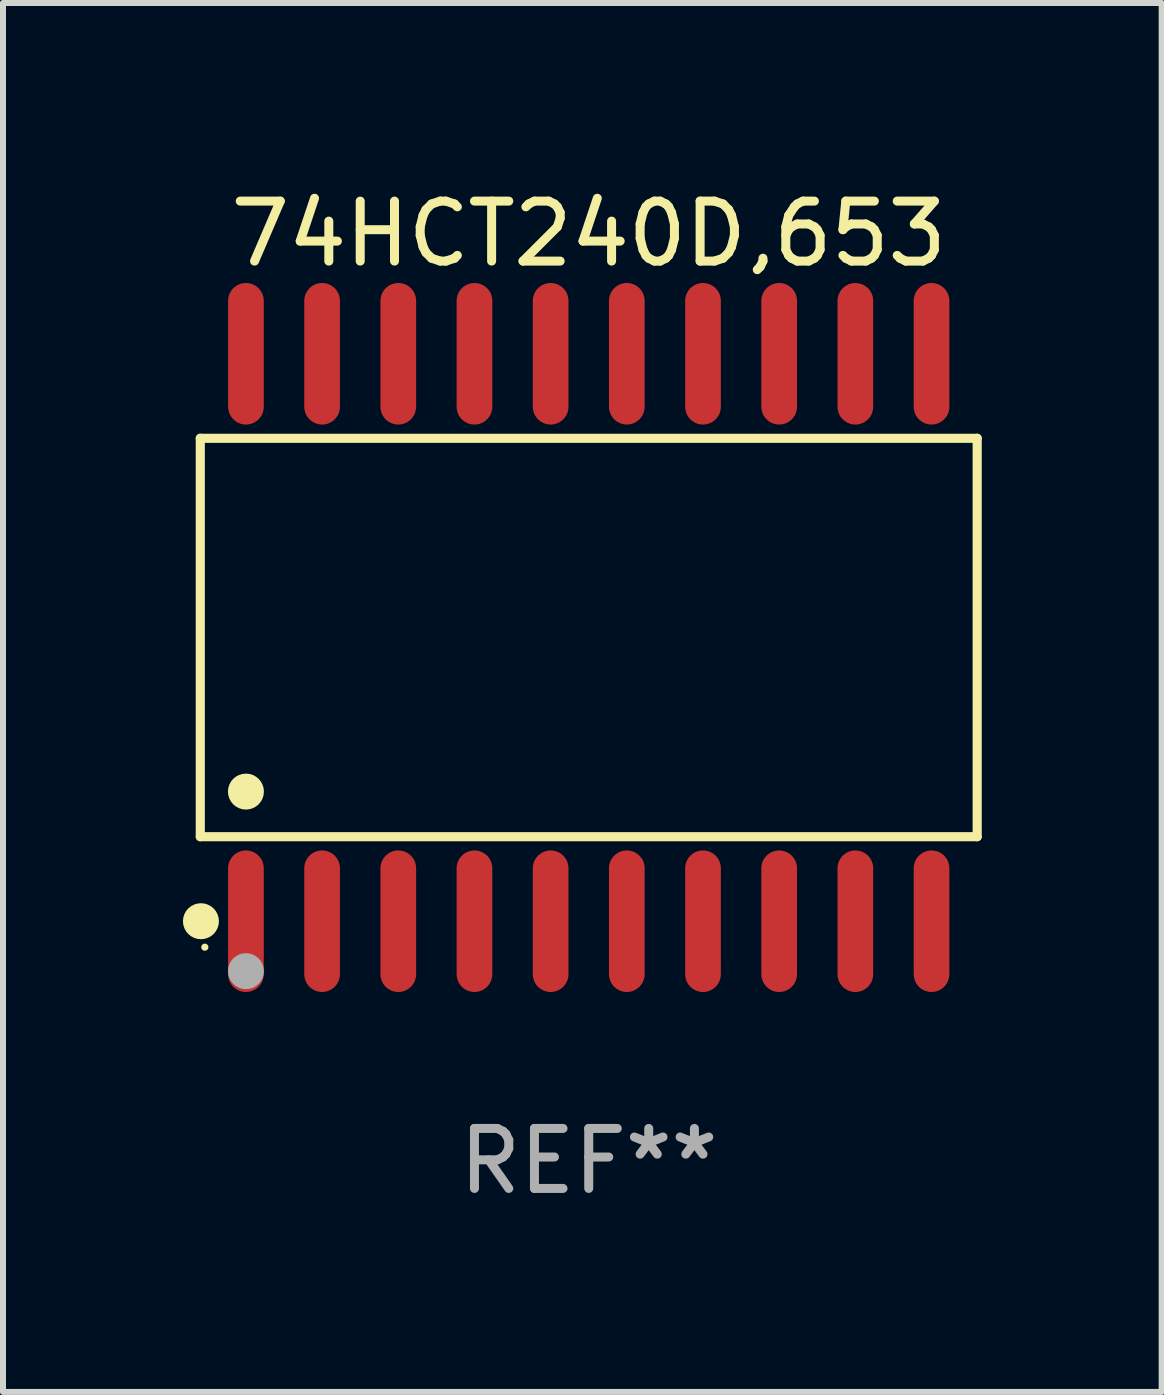
<source format=kicad_pcb>
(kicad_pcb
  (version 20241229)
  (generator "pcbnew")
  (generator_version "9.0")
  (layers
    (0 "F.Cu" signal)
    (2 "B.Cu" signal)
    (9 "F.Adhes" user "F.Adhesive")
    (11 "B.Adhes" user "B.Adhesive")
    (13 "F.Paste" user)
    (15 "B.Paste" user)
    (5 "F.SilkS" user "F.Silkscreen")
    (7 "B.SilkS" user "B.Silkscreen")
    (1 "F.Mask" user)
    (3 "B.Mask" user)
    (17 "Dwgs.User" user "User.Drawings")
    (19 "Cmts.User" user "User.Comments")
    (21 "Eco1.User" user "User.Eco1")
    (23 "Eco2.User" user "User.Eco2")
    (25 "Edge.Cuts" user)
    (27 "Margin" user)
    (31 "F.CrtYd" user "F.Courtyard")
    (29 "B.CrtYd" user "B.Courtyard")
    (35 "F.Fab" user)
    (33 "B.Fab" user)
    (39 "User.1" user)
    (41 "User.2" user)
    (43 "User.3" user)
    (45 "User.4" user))
  (footprint "74HCT240D,653"
    (layer "F.Cu")
    (at 6.765 7.578)
    (property "Reference" "74HCT240D,653" (at 0 -6.73 0) (layer "F.SilkS") (effects (font (size 1 1) (thickness 0.15))))
    (attr through_hole)
    (fp_line (start -6.476 -3.321) (end 6.476 -3.321) (stroke (width 0.152) (type solid)) (layer "F.SilkS"))
    (fp_line (start -6.476 3.321) (end -6.476 -3.321) (stroke (width 0.152) (type solid)) (layer "F.SilkS"))
    (fp_line (start 6.476 -3.321) (end 6.476 3.321) (stroke (width 0.152) (type solid)) (layer "F.SilkS"))
    (fp_line (start 6.476 3.321) (end -6.476 3.321) (stroke (width 0.152) (type solid)) (layer "F.SilkS"))
    (fp_circle (center -6.465 4.73) (end -6.315 4.73) (stroke (width 0.3) (type solid)) (fill no) (layer "F.SilkS"))
    (fp_circle (center -6.4 5.163) (end -6.37 5.163) (stroke (width 0.06) (type solid)) (fill no) (layer "F.SilkS"))
    (fp_circle (center -5.715 2.569) (end -5.565 2.569) (stroke (width 0.3) (type solid)) (fill no) (layer "F.SilkS"))
    (fp_circle (center -5.715 5.563) (end -5.565 5.563) (stroke (width 0.3) (type solid)) (fill no) (layer "F.Fab"))
    (fp_text user "REF**" (at 0 8.73 0) (layer "F.Fab") (effects (font (size 1 1) (thickness 0.15))))
    (pad "1" smd oval (at -5.715 4.73) (size 0.595 2.36) (layers "F.Cu" "F.Mask" "F.Paste"))
    (pad "2" smd oval (at -4.445 4.73) (size 0.595 2.36) (layers "F.Cu" "F.Mask" "F.Paste"))
    (pad "3" smd oval (at -3.175 4.73) (size 0.595 2.36) (layers "F.Cu" "F.Mask" "F.Paste"))
    (pad "4" smd oval (at -1.905 4.73) (size 0.595 2.36) (layers "F.Cu" "F.Mask" "F.Paste"))
    (pad "5" smd oval (at -0.635 4.73) (size 0.595 2.36) (layers "F.Cu" "F.Mask" "F.Paste"))
    (pad "6" smd oval (at 0.635 4.73) (size 0.595 2.36) (layers "F.Cu" "F.Mask" "F.Paste"))
    (pad "7" smd oval (at 1.905 4.73) (size 0.595 2.36) (layers "F.Cu" "F.Mask" "F.Paste"))
    (pad "8" smd oval (at 3.175 4.73) (size 0.595 2.36) (layers "F.Cu" "F.Mask" "F.Paste"))
    (pad "9" smd oval (at 4.445 4.73) (size 0.595 2.36) (layers "F.Cu" "F.Mask" "F.Paste"))
    (pad "10" smd oval (at 5.715 4.73) (size 0.595 2.36) (layers "F.Cu" "F.Mask" "F.Paste"))
    (pad "11" smd oval (at 5.715 -4.73) (size 0.595 2.36) (layers "F.Cu" "F.Mask" "F.Paste"))
    (pad "12" smd oval (at 4.445 -4.73) (size 0.595 2.36) (layers "F.Cu" "F.Mask" "F.Paste"))
    (pad "13" smd oval (at 3.175 -4.73) (size 0.595 2.36) (layers "F.Cu" "F.Mask" "F.Paste"))
    (pad "14" smd oval (at 1.905 -4.73) (size 0.595 2.36) (layers "F.Cu" "F.Mask" "F.Paste"))
    (pad "15" smd oval (at 0.635 -4.73) (size 0.595 2.36) (layers "F.Cu" "F.Mask" "F.Paste"))
    (pad "16" smd oval (at -0.635 -4.73) (size 0.595 2.36) (layers "F.Cu" "F.Mask" "F.Paste"))
    (pad "17" smd oval (at -1.905 -4.73) (size 0.595 2.36) (layers "F.Cu" "F.Mask" "F.Paste"))
    (pad "18" smd oval (at -3.175 -4.73) (size 0.595 2.36) (layers "F.Cu" "F.Mask" "F.Paste"))
    (pad "19" smd oval (at -4.445 -4.73) (size 0.595 2.36) (layers "F.Cu" "F.Mask" "F.Paste"))
    (pad "20" smd oval (at -5.715 -4.73) (size 0.595 2.36) (layers "F.Cu" "F.Mask" "F.Paste")))
  (gr_rect
    (start -3 -3)
    (end 16.317 20.156)
    (stroke (width 0.1) (type default))
    (fill no)
    (layer "Edge.Cuts")))
</source>
